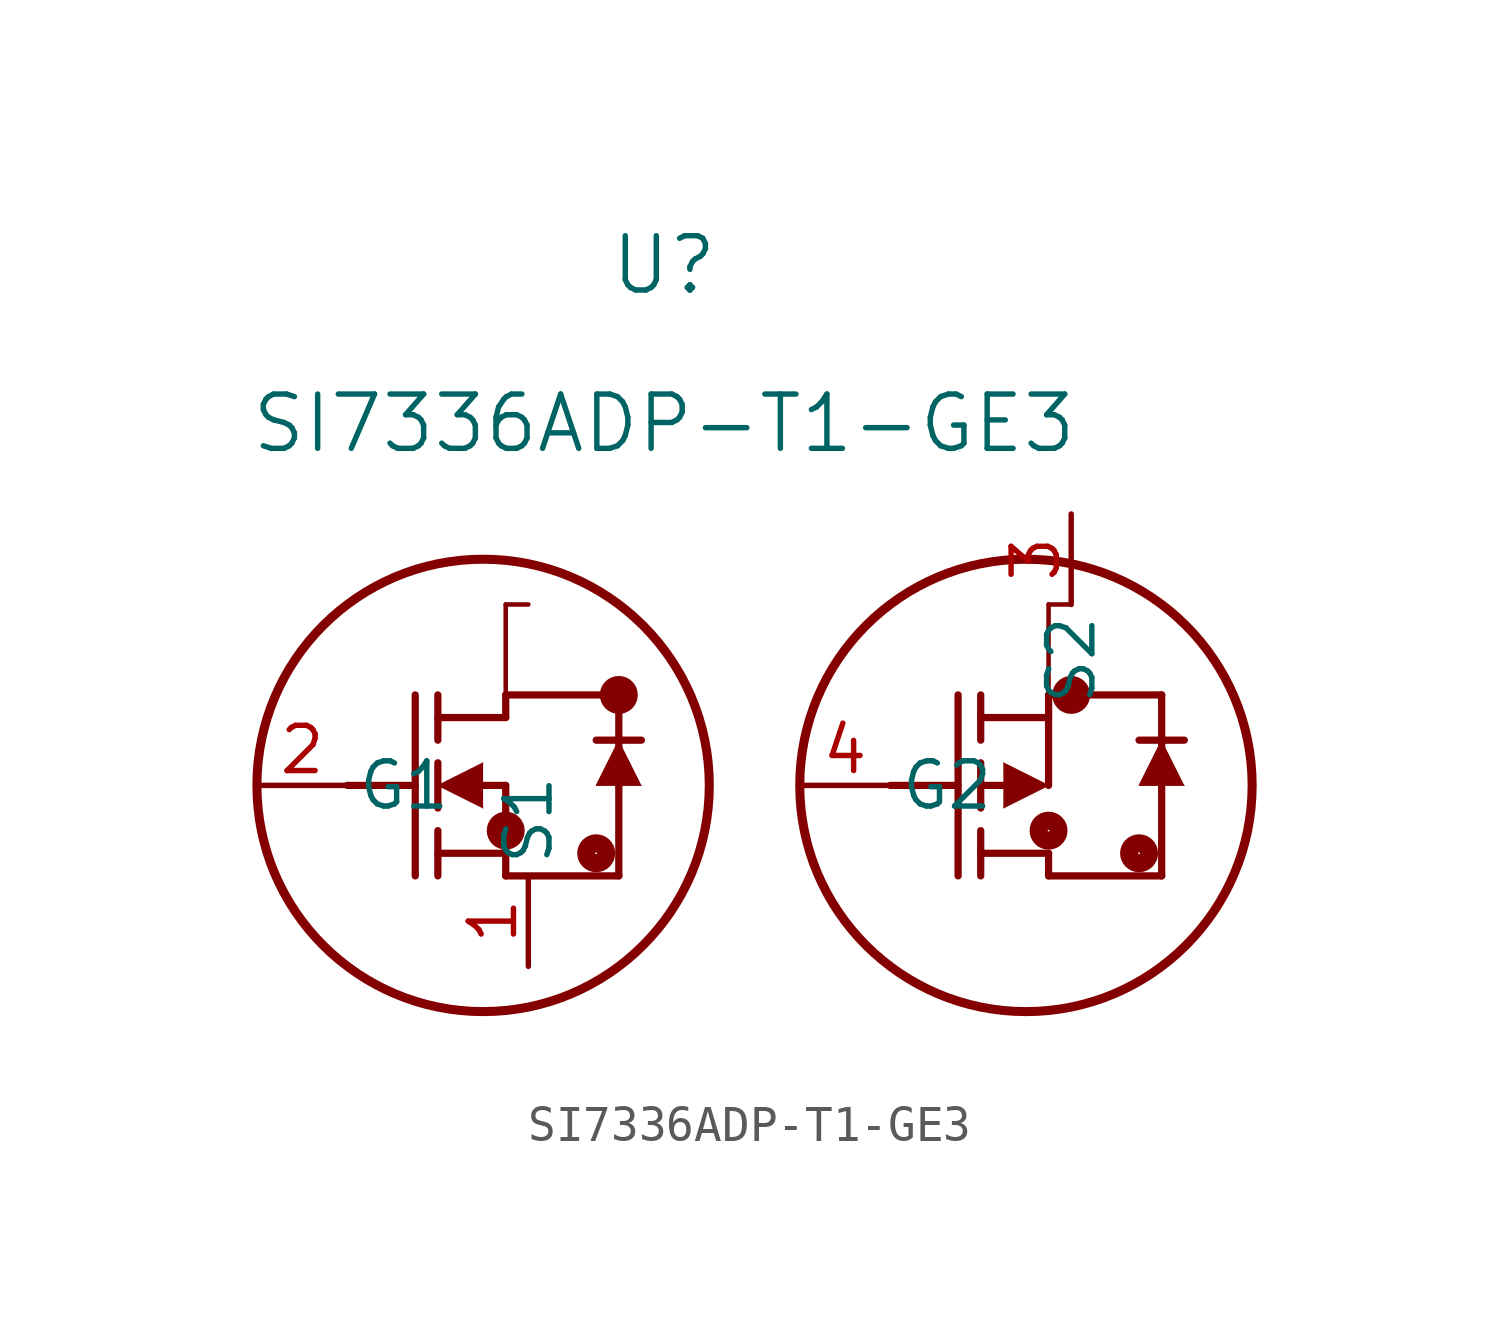
<source format=kicad_sym>
(kicad_symbol_lib
  (version 20211014)
  (generator kicad_symbol_editor)
  (symbol "SI7336ADP-T1-GE3"
    (pin_names
      (offset 0.254))
    (property "Reference" "U"
      (at 11.43 14.605 0)
      (effects (font (size 1.524 1.524))))
    (property "Value" "SI7336ADP-T1-GE3"
      (at 11.43 10.16 0)
      (effects (font (size 1.524 1.524))))
    (symbol "SI7336ADP-T1-GE3_0_1"
      (circle (center 10.16 2.54) (radius 0.025) (stroke (width 0.508) (type default) (color 0 0 0 0)) (fill (type none)))
      (circle (center 9.525 -1.905) (radius 0.025) (stroke (width 0.508) (type default) (color 0 0 0 0)) (fill (type none)))
      (circle (center 6.985 -1.27) (radius 0.025) (stroke (width 0.508) (type default) (color 0 0 0 0)) (fill (type none)))
      (circle (center 6.35 0) (radius 6.35) (stroke (width 0.254) (type default) (color 0 0 0 0)) (fill (type none)))
      (polyline (pts (xy 2.54 0) (xy 4.445 0)) (stroke (width 0.203) (type default) (color 0 0 0 0)) (fill (type none)))
      (polyline (pts (xy 4.445 -2.54) (xy 4.445 2.54)) (stroke (width 0.203) (type default) (color 0 0 0 0)) (fill (type none)))
      (polyline (pts (xy 5.08 -0.635) (xy 5.08 0.635)) (stroke (width 0.203) (type default) (color 0 0 0 0)) (fill (type none)))
      (polyline (pts (xy 5.08 -2.54) (xy 5.08 -1.27)) (stroke (width 0.203) (type default) (color 0 0 0 0)) (fill (type none)))
      (polyline (pts (xy 5.08 1.27) (xy 5.08 2.54)) (stroke (width 0.203) (type default) (color 0 0 0 0)) (fill (type none)))
      (polyline (pts (xy 6.35 0) (xy 6.985 0)) (stroke (width 0.203) (type default) (color 0 0 0 0)) (fill (type none)))
      (polyline (pts (xy 5.08 -1.905) (xy 6.985 -1.905)) (stroke (width 0.203) (type default) (color 0 0 0 0)) (fill (type none)))
      (polyline (pts (xy 6.985 -2.54) (xy 6.985 0)) (stroke (width 0.203) (type default) (color 0 0 0 0)) (fill (type none)))
      (polyline (pts (xy 6.985 -2.54) (xy 10.16 -2.54)) (stroke (width 0.203) (type default) (color 0 0 0 0)) (fill (type none)))
      (polyline (pts (xy 5.08 1.905) (xy 6.985 1.905)) (stroke (width 0.203) (type default) (color 0 0 0 0)) (fill (type none)))
      (polyline (pts (xy 10.16 0) (xy 10.16 2.54)) (stroke (width 0.203) (type default) (color 0 0 0 0)) (fill (type none)))
      (polyline (pts (xy 6.35 0.635) (xy 5.08 0) (xy 6.35 -0.635)) (stroke (width 0.025) (type default) (color 0 0 0 0)) (fill (type outline)))
      (polyline (pts (xy 10.16 -2.54) (xy 10.16 0)) (stroke (width 0.203) (type default) (color 0 0 0 0)) (fill (type none)))
      (polyline (pts (xy 10.795 1.27) (xy 9.525 1.27)) (stroke (width 0.203) (type default) (color 0 0 0 0)) (fill (type none)))
      (polyline (pts (xy 10.795 0) (xy 9.525 0) (xy 10.16 1.27)) (stroke (width 0.025) (type default) (color 0 0 0 0)) (fill (type outline)))
      (polyline (pts (xy 6.985 2.54) (xy 10.16 2.54)) (stroke (width 0.203) (type default) (color 0 0 0 0)) (fill (type none)))
      (polyline (pts (xy 6.985 1.905) (xy 6.985 2.54)) (stroke (width 0.203) (type default) (color 0 0 0 0)) (fill (type none)))
      (circle (center 22.86 2.54) (radius 0.025) (stroke (width 0.508) (type default) (color 0 0 0 0)) (fill (type none)))
      (circle (center 24.765 -1.905) (radius 0.025) (stroke (width 0.508) (type default) (color 0 0 0 0)) (fill (type none)))
      (circle (center 22.225 -1.27) (radius 0.025) (stroke (width 0.508) (type default) (color 0 0 0 0)) (fill (type none)))
      (circle (center 21.59 0) (radius 6.35) (stroke (width 0.254) (type default) (color 0 0 0 0)) (fill (type none)))
      (polyline (pts (xy 17.78 0) (xy 19.685 0)) (stroke (width 0.203) (type default) (color 0 0 0 0)) (fill (type none)))
      (polyline (pts (xy 19.685 -2.54) (xy 19.685 2.54)) (stroke (width 0.203) (type default) (color 0 0 0 0)) (fill (type none)))
      (polyline (pts (xy 20.32 -0.635) (xy 20.32 0.635)) (stroke (width 0.203) (type default) (color 0 0 0 0)) (fill (type none)))
      (polyline (pts (xy 20.32 -2.54) (xy 20.32 -1.27)) (stroke (width 0.203) (type default) (color 0 0 0 0)) (fill (type none)))
      (polyline (pts (xy 20.32 1.27) (xy 20.32 2.54)) (stroke (width 0.203) (type default) (color 0 0 0 0)) (fill (type none)))
      (polyline (pts (xy 21.59 0) (xy 20.32 0)) (stroke (width 0.203) (type default) (color 0 0 0 0)) (fill (type none)))
      (polyline (pts (xy 22.225 2.54) (xy 22.225 0)) (stroke (width 0.203) (type default) (color 0 0 0 0)) (fill (type none)))
      (polyline (pts (xy 22.225 -1.905) (xy 20.32 -1.905)) (stroke (width 0.203) (type default) (color 0 0 0 0)) (fill (type none)))
      (polyline (pts (xy 22.225 -2.54) (xy 25.4 -2.54)) (stroke (width 0.203) (type default) (color 0 0 0 0)) (fill (type none)))
      (polyline (pts (xy 20.32 1.905) (xy 22.225 1.905)) (stroke (width 0.203) (type default) (color 0 0 0 0)) (fill (type none)))
      (polyline (pts (xy 25.4 0) (xy 25.4 2.54)) (stroke (width 0.203) (type default) (color 0 0 0 0)) (fill (type none)))
      (polyline (pts (xy 25.4 -2.54) (xy 25.4 0)) (stroke (width 0.203) (type default) (color 0 0 0 0)) (fill (type none)))
      (polyline (pts (xy 26.035 1.27) (xy 24.765 1.27)) (stroke (width 0.203) (type default) (color 0 0 0 0)) (fill (type none)))
      (polyline (pts (xy 22.225 2.54) (xy 25.4 2.54)) (stroke (width 0.203) (type default) (color 0 0 0 0)) (fill (type none)))
      (polyline (pts (xy 22.225 -2.54) (xy 22.225 -1.905)) (stroke (width 0.203) (type default) (color 0 0 0 0)) (fill (type none)))
      (polyline (pts (xy 20.955 -0.635) (xy 22.225 0) (xy 20.955 0.635)) (stroke (width 0.025) (type default) (color 0 0 0 0)) (fill (type outline)))
      (polyline (pts (xy 26.035 0) (xy 24.765 0) (xy 25.4 1.27)) (stroke (width 0.025) (type default) (color 0 0 0 0)) (fill (type outline)))
      (polyline (pts (xy 6.985 5.08) (xy 7.62 5.08)) (stroke (width 0.127) (type default) (color 0 0 0 0)) (fill (type none)))
      (polyline (pts (xy 22.225 5.08) (xy 22.86 5.08)) (stroke (width 0.127) (type default) (color 0 0 0 0)) (fill (type none)))
      (polyline (pts (xy 6.985 2.54) (xy 6.985 5.08)) (stroke (width 0.127) (type default) (color 0 0 0 0)) (fill (type none)))
      (polyline (pts (xy 22.225 2.54) (xy 22.225 5.08)) (stroke (width 0.127) (type default) (color 0 0 0 0)) (fill (type none)))
      (pin unspecified line (at 7.62 -5.08 90) (length 2.54) (name "S1" (effects (font (size 1.27 1.27)))) (number "1" (effects (font (size 1.27 1.27)))))
      (pin unspecified line (at 0 0 0) (length 2.54) (name "G1" (effects (font (size 1.27 1.27)))) (number "2" (effects (font (size 1.27 1.27)))))
      (pin unspecified line (at 22.86 7.62 270) (length 2.54) (name "S2" (effects (font (size 1.27 1.27)))) (number "3" (effects (font (size 1.27 1.27)))))
      (pin unspecified line (at 15.24 0 0) (length 2.54) (name "G2" (effects (font (size 1.27 1.27)))) (number "4" (effects (font (size 1.27 1.27))))))))
</source>
